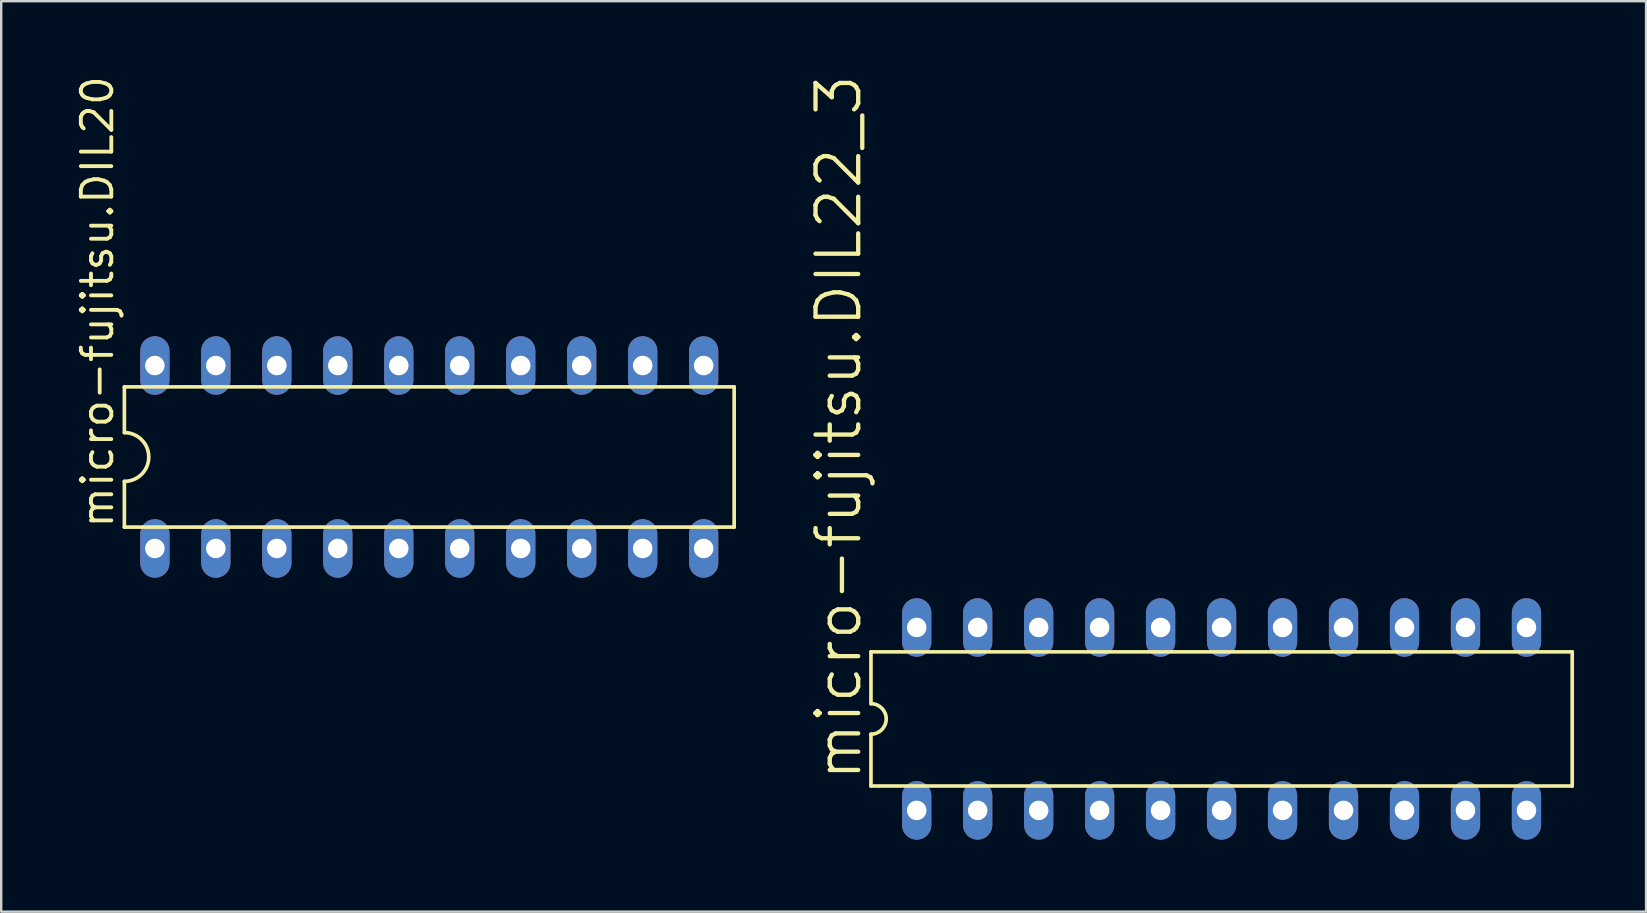
<source format=kicad_pcb>
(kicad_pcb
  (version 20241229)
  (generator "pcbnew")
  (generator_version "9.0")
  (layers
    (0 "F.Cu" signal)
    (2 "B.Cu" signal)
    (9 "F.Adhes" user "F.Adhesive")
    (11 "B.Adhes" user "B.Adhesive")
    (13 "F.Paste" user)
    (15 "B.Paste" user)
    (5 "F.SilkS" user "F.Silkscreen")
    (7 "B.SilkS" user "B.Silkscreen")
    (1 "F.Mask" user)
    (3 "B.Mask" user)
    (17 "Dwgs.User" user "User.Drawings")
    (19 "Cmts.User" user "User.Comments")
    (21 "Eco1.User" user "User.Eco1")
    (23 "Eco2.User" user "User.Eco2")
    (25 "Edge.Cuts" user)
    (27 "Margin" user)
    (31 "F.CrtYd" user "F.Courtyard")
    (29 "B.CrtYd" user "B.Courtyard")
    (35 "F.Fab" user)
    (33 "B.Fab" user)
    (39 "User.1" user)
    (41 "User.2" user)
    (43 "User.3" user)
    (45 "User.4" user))
  (footprint "micro-fujitsu.DIL22_3"
    (layer "F.Cu")
    (at 47.835 26.897)
    (property "Reference" "micro-fujitsu.DIL22_3" (at -14.91 2.667 90) (layer "F.SilkS") (effects (font (size 1.778 1.778) (thickness 0.18)) (justify left bottom)))
    (attr through_hole)
    (fp_line (start -14.605 -2.794) (end -14.605 -0.635) (stroke (width 0.152) (type default)) (layer "F.SilkS"))
    (fp_line (start -14.605 -2.794) (end 14.605 -2.794) (stroke (width 0.152) (type default)) (layer "F.SilkS"))
    (fp_line (start -14.605 0.635) (end -14.605 2.794) (stroke (width 0.152) (type default)) (layer "F.SilkS"))
    (fp_line (start -14.605 2.794) (end 14.605 2.794) (stroke (width 0.152) (type default)) (layer "F.SilkS"))
    (fp_line (start 14.605 2.794) (end 14.605 -2.794) (stroke (width 0.152) (type default)) (layer "F.SilkS"))
    (fp_arc (start -14.605 -0.635) (mid -13.97 0) (end -14.605 0.635) (stroke (width 0.1524) (type default)) (layer "F.SilkS"))
    (pad "1" thru_hole oval (at -12.7 3.81 90) (size 2.438 1.219) (drill 0.813) (layers "*.Cu" "*.Mask"))
    (pad "2" thru_hole oval (at -10.16 3.81 90) (size 2.438 1.219) (drill 0.813) (layers "*.Cu" "*.Mask"))
    (pad "3" thru_hole oval (at -7.62 3.81 90) (size 2.438 1.219) (drill 0.813) (layers "*.Cu" "*.Mask"))
    (pad "4" thru_hole oval (at -5.08 3.81 90) (size 2.438 1.219) (drill 0.813) (layers "*.Cu" "*.Mask"))
    (pad "5" thru_hole oval (at -2.54 3.81 90) (size 2.438 1.219) (drill 0.813) (layers "*.Cu" "*.Mask"))
    (pad "6" thru_hole oval (at 0 3.81 90) (size 2.438 1.219) (drill 0.813) (layers "*.Cu" "*.Mask"))
    (pad "7" thru_hole oval (at 2.54 3.81 90) (size 2.438 1.219) (drill 0.813) (layers "*.Cu" "*.Mask"))
    (pad "8" thru_hole oval (at 5.08 3.81 90) (size 2.438 1.219) (drill 0.813) (layers "*.Cu" "*.Mask"))
    (pad "9" thru_hole oval (at 7.62 3.81 90) (size 2.438 1.219) (drill 0.813) (layers "*.Cu" "*.Mask"))
    (pad "10" thru_hole oval (at 10.16 3.81 90) (size 2.438 1.219) (drill 0.813) (layers "*.Cu" "*.Mask"))
    (pad "11" thru_hole oval (at 12.7 3.81 90) (size 2.438 1.219) (drill 0.813) (layers "*.Cu" "*.Mask"))
    (pad "12" thru_hole oval (at 12.7 -3.81 90) (size 2.438 1.219) (drill 0.813) (layers "*.Cu" "*.Mask"))
    (pad "13" thru_hole oval (at 10.16 -3.81 90) (size 2.438 1.219) (drill 0.813) (layers "*.Cu" "*.Mask"))
    (pad "14" thru_hole oval (at 7.62 -3.81 90) (size 2.438 1.219) (drill 0.813) (layers "*.Cu" "*.Mask"))
    (pad "15" thru_hole oval (at 5.08 -3.81 90) (size 2.438 1.219) (drill 0.813) (layers "*.Cu" "*.Mask"))
    (pad "16" thru_hole oval (at 2.54 -3.81 90) (size 2.438 1.219) (drill 0.813) (layers "*.Cu" "*.Mask"))
    (pad "17" thru_hole oval (at 0 -3.81 90) (size 2.438 1.219) (drill 0.813) (layers "*.Cu" "*.Mask"))
    (pad "18" thru_hole oval (at -2.54 -3.81 90) (size 2.438 1.219) (drill 0.813) (layers "*.Cu" "*.Mask"))
    (pad "19" thru_hole oval (at -5.08 -3.81 90) (size 2.438 1.219) (drill 0.813) (layers "*.Cu" "*.Mask"))
    (pad "20" thru_hole oval (at -7.62 -3.81 90) (size 2.438 1.219) (drill 0.813) (layers "*.Cu" "*.Mask"))
    (pad "21" thru_hole oval (at -10.16 -3.81 90) (size 2.438 1.219) (drill 0.813) (layers "*.Cu" "*.Mask"))
    (pad "22" thru_hole oval (at -12.7 -3.81 90) (size 2.438 1.219) (drill 0.813) (layers "*.Cu" "*.Mask")))
  (footprint "micro-fujitsu.DIL20"
    (layer "F.Cu")
    (at 14.831 15.986)
    (property "Reference" "micro-fujitsu.DIL20" (at -13.081 3.048 90) (layer "F.SilkS") (effects (font (size 1.27 1.27) (thickness 0.16)) (justify left bottom)))
    (attr through_hole)
    (fp_line (start -12.7 -2.921) (end -12.7 -1.016) (stroke (width 0.152) (type default)) (layer "F.SilkS"))
    (fp_line (start -12.7 2.921) (end -12.7 1.016) (stroke (width 0.152) (type default)) (layer "F.SilkS"))
    (fp_line (start -12.7 2.921) (end 12.7 2.921) (stroke (width 0.152) (type default)) (layer "F.SilkS"))
    (fp_line (start 12.7 -2.921) (end -12.7 -2.921) (stroke (width 0.152) (type default)) (layer "F.SilkS"))
    (fp_line (start 12.7 -2.921) (end 12.7 2.921) (stroke (width 0.152) (type default)) (layer "F.SilkS"))
    (fp_arc (start -12.7 -1.016) (mid -11.684 0) (end -12.7 1.016) (stroke (width 0.1524) (type default)) (layer "F.SilkS"))
    (pad "1" thru_hole oval (at -11.43 3.81 90) (size 2.438 1.219) (drill 0.813) (layers "*.Cu" "*.Mask"))
    (pad "2" thru_hole oval (at -8.89 3.81 90) (size 2.438 1.219) (drill 0.813) (layers "*.Cu" "*.Mask"))
    (pad "3" thru_hole oval (at -6.35 3.81 90) (size 2.438 1.219) (drill 0.813) (layers "*.Cu" "*.Mask"))
    (pad "4" thru_hole oval (at -3.81 3.81 90) (size 2.438 1.219) (drill 0.813) (layers "*.Cu" "*.Mask"))
    (pad "5" thru_hole oval (at -1.27 3.81 90) (size 2.438 1.219) (drill 0.813) (layers "*.Cu" "*.Mask"))
    (pad "6" thru_hole oval (at 1.27 3.81 90) (size 2.438 1.219) (drill 0.813) (layers "*.Cu" "*.Mask"))
    (pad "7" thru_hole oval (at 3.81 3.81 90) (size 2.438 1.219) (drill 0.813) (layers "*.Cu" "*.Mask"))
    (pad "8" thru_hole oval (at 6.35 3.81 90) (size 2.438 1.219) (drill 0.813) (layers "*.Cu" "*.Mask"))
    (pad "9" thru_hole oval (at 8.89 3.81 90) (size 2.438 1.219) (drill 0.813) (layers "*.Cu" "*.Mask"))
    (pad "10" thru_hole oval (at 11.43 3.81 90) (size 2.438 1.219) (drill 0.813) (layers "*.Cu" "*.Mask"))
    (pad "11" thru_hole oval (at 11.43 -3.81 90) (size 2.438 1.219) (drill 0.813) (layers "*.Cu" "*.Mask"))
    (pad "12" thru_hole oval (at 8.89 -3.81 90) (size 2.438 1.219) (drill 0.813) (layers "*.Cu" "*.Mask"))
    (pad "13" thru_hole oval (at 6.35 -3.81 90) (size 2.438 1.219) (drill 0.813) (layers "*.Cu" "*.Mask"))
    (pad "14" thru_hole oval (at 3.81 -3.81 90) (size 2.438 1.219) (drill 0.813) (layers "*.Cu" "*.Mask"))
    (pad "15" thru_hole oval (at 1.27 -3.81 90) (size 2.438 1.219) (drill 0.813) (layers "*.Cu" "*.Mask"))
    (pad "16" thru_hole oval (at -1.27 -3.81 90) (size 2.438 1.219) (drill 0.813) (layers "*.Cu" "*.Mask"))
    (pad "17" thru_hole oval (at -3.81 -3.81 90) (size 2.438 1.219) (drill 0.813) (layers "*.Cu" "*.Mask"))
    (pad "18" thru_hole oval (at -6.35 -3.81 90) (size 2.438 1.219) (drill 0.813) (layers "*.Cu" "*.Mask"))
    (pad "19" thru_hole oval (at -8.89 -3.81 90) (size 2.438 1.219) (drill 0.813) (layers "*.Cu" "*.Mask"))
    (pad "20" thru_hole oval (at -11.43 -3.81 90) (size 2.438 1.219) (drill 0.813) (layers "*.Cu" "*.Mask")))
  (gr_rect
    (start -3 -3)
    (end 65.516 34.926)
    (stroke (width 0.1) (type default))
    (fill no)
    (layer "Edge.Cuts")))
</source>
